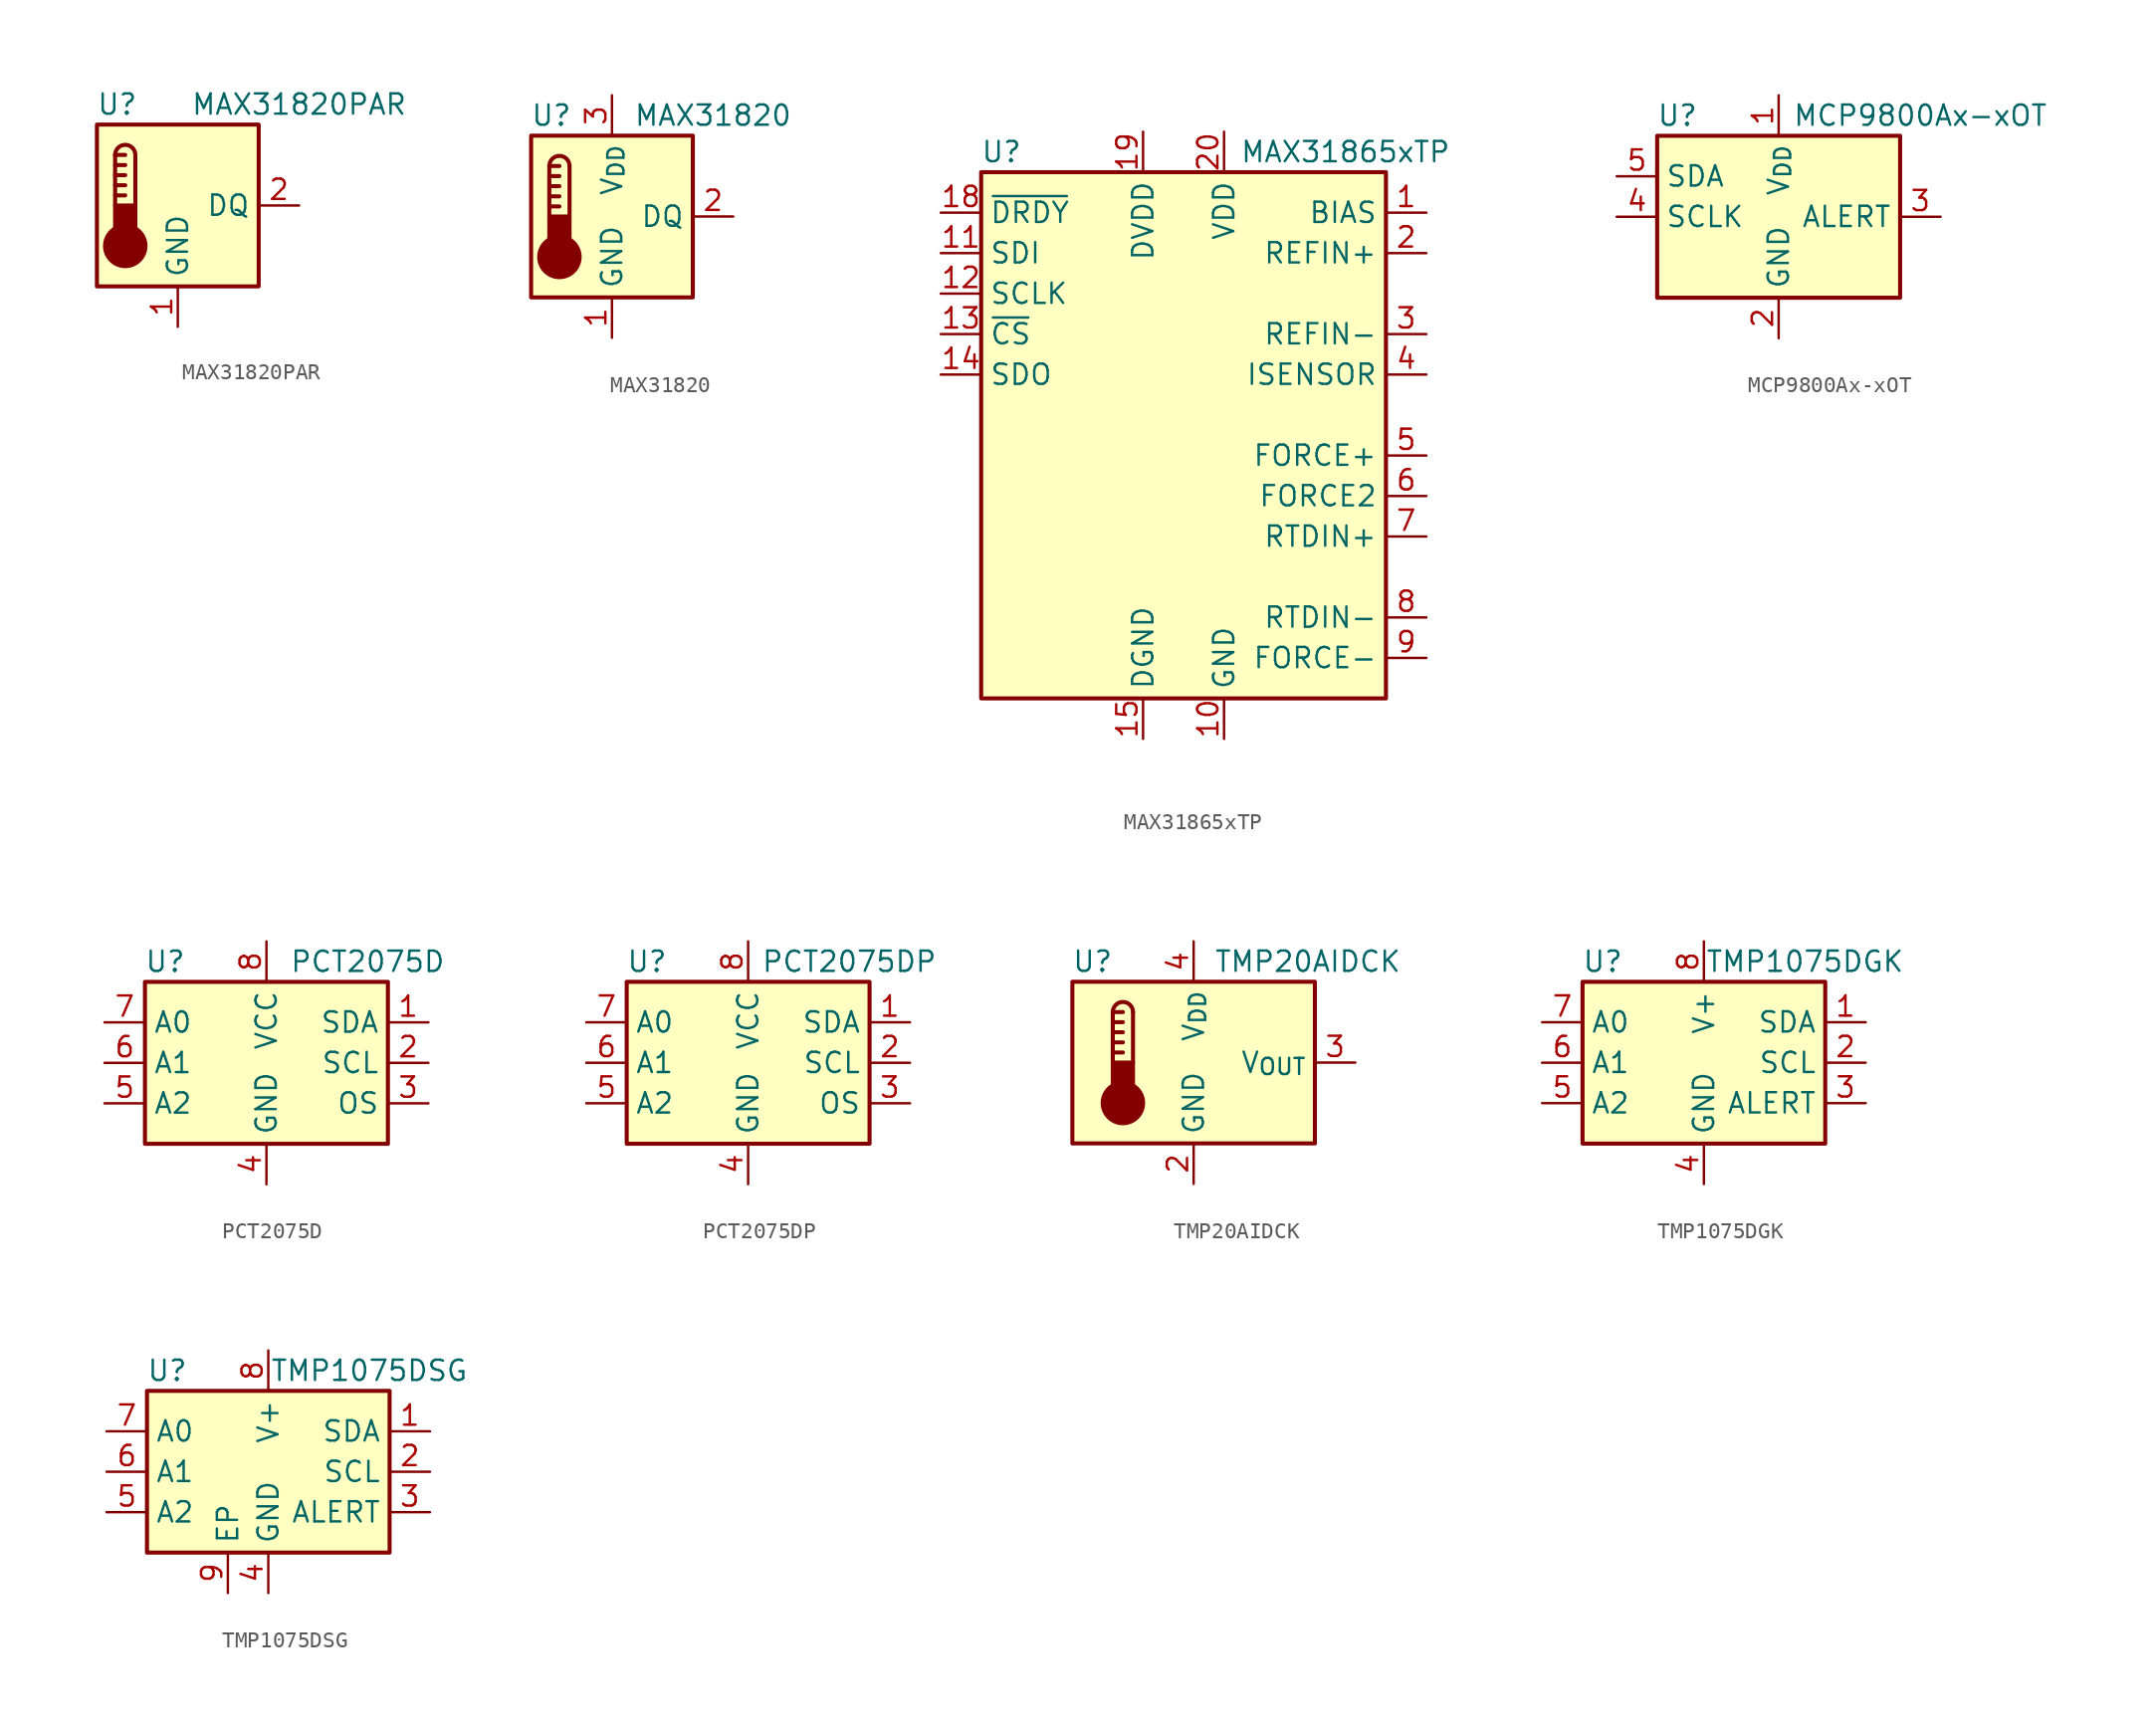
<source format=kicad_sym>
(kicad_symbol_lib
  (version 20220914)
  (generator kicad_symbol_editor)
  (symbol "MAX31820PAR"
    (property "Reference" "U"
      (at -3.81 6.35 0)
      (effects (font (size 1.27 1.27))))
    (property "Value" "MAX31820PAR"
      (at 7.62 6.35 0)
      (effects (font (size 1.27 1.27))))
    (symbol "MAX31820PAR_0_1"
      (rectangle (start -5.08 5.08) (end 5.08 -5.08) (stroke (width 0.254) (type default)) (fill (type background)))
      (circle (center -3.302 -2.54) (radius 1.27) (stroke (width 0.254) (type default)) (fill (type outline)))
      (rectangle (start -2.667 -1.905) (end -3.937 0) (stroke (width 0.254) (type default)) (fill (type outline)))
      (arc (start -2.667 3.175) (mid -3.302 3.8073) (end -3.937 3.175) (stroke (width 0.254) (type default)) (fill (type none)))
      (polyline (pts (xy -3.937 0.635) (xy -3.302 0.635)) (stroke (width 0.254) (type default)) (fill (type none)))
      (polyline (pts (xy -3.937 1.27) (xy -3.302 1.27)) (stroke (width 0.254) (type default)) (fill (type none)))
      (polyline (pts (xy -3.937 1.905) (xy -3.302 1.905)) (stroke (width 0.254) (type default)) (fill (type none)))
      (polyline (pts (xy -3.937 2.54) (xy -3.302 2.54)) (stroke (width 0.254) (type default)) (fill (type none)))
      (polyline (pts (xy -3.937 3.175) (xy -3.937 0)) (stroke (width 0.254) (type default)) (fill (type none)))
      (polyline (pts (xy -3.937 3.175) (xy -3.302 3.175)) (stroke (width 0.254) (type default)) (fill (type none)))
      (polyline (pts (xy -2.667 3.175) (xy -2.667 0)) (stroke (width 0.254) (type default)) (fill (type none))))
    (symbol "MAX31820PAR_1_1"
      (pin power_in line (at 0 -7.62 90) (length 2.54) (name "GND" (effects (font (size 1.27 1.27)))) (number "1" (effects (font (size 1.27 1.27)))))
      (pin bidirectional line (at 7.62 0 180) (length 2.54) (name "DQ" (effects (font (size 1.27 1.27)))) (number "2" (effects (font (size 1.27 1.27)))))
      (pin no_connect line (at 5.08 2.54 180) (length 2.54) hide (name "NC" (effects (font (size 1.27 1.27)))) (number "3" (effects (font (size 1.27 1.27)))))))
  (symbol "MAX31820"
    (property "Reference" "U"
      (at -3.81 6.35 0)
      (effects (font (size 1.27 1.27))))
    (property "Value" "MAX31820"
      (at 6.35 6.35 0)
      (effects (font (size 1.27 1.27))))
    (symbol "MAX31820_0_1"
      (rectangle (start -5.08 5.08) (end 5.08 -5.08) (stroke (width 0.254) (type default)) (fill (type background)))
      (circle (center -3.302 -2.54) (radius 1.27) (stroke (width 0.254) (type default)) (fill (type outline)))
      (rectangle (start -2.667 -1.905) (end -3.937 0) (stroke (width 0.254) (type default)) (fill (type outline)))
      (arc (start -2.667 3.175) (mid -3.302 3.8073) (end -3.937 3.175) (stroke (width 0.254) (type default)) (fill (type none)))
      (polyline (pts (xy -3.937 0.635) (xy -3.302 0.635)) (stroke (width 0.254) (type default)) (fill (type none)))
      (polyline (pts (xy -3.937 1.27) (xy -3.302 1.27)) (stroke (width 0.254) (type default)) (fill (type none)))
      (polyline (pts (xy -3.937 1.905) (xy -3.302 1.905)) (stroke (width 0.254) (type default)) (fill (type none)))
      (polyline (pts (xy -3.937 2.54) (xy -3.302 2.54)) (stroke (width 0.254) (type default)) (fill (type none)))
      (polyline (pts (xy -3.937 3.175) (xy -3.937 0)) (stroke (width 0.254) (type default)) (fill (type none)))
      (polyline (pts (xy -3.937 3.175) (xy -3.302 3.175)) (stroke (width 0.254) (type default)) (fill (type none)))
      (polyline (pts (xy -2.667 3.175) (xy -2.667 0)) (stroke (width 0.254) (type default)) (fill (type none))))
    (symbol "MAX31820_1_1"
      (pin power_in line (at 0 -7.62 90) (length 2.54) (name "GND" (effects (font (size 1.27 1.27)))) (number "1" (effects (font (size 1.27 1.27)))))
      (pin bidirectional line (at 7.62 0 180) (length 2.54) (name "DQ" (effects (font (size 1.27 1.27)))) (number "2" (effects (font (size 1.27 1.27)))))
      (pin power_in line (at 0 7.62 270) (length 2.54) (name "V_{DD}" (effects (font (size 1.27 1.27)))) (number "3" (effects (font (size 1.27 1.27)))))))
  (symbol "MAX31865xTP"
    (property "Reference" "U"
      (at -11.43 19.05 0)
      (effects (font (size 1.27 1.27))))
    (property "Value" "MAX31865xTP"
      (at 10.16 19.05 0)
      (effects (font (size 1.27 1.27))))
    (symbol "MAX31865xTP_0_1"
      (rectangle (start -12.7 17.78) (end 12.7 -15.24) (stroke (width 0.254) (type default)) (fill (type background))))
    (symbol "MAX31865xTP_1_1"
      (pin power_out line (at 15.24 15.24 180) (length 2.54) (name "BIAS" (effects (font (size 1.27 1.27)))) (number "1" (effects (font (size 1.27 1.27)))))
      (pin power_in line (at 2.54 -17.78 90) (length 2.54) (name "GND" (effects (font (size 1.27 1.27)))) (number "10" (effects (font (size 1.27 1.27)))))
      (pin input line (at -15.24 12.7 0) (length 2.54) (name "SDI" (effects (font (size 1.27 1.27)))) (number "11" (effects (font (size 1.27 1.27)))))
      (pin input line (at -15.24 10.16 0) (length 2.54) (name "SCLK" (effects (font (size 1.27 1.27)))) (number "12" (effects (font (size 1.27 1.27)))))
      (pin input line (at -15.24 7.62 0) (length 2.54) (name "~{CS}" (effects (font (size 1.27 1.27)))) (number "13" (effects (font (size 1.27 1.27)))))
      (pin tri_state line (at -15.24 5.08 0) (length 2.54) (name "SDO" (effects (font (size 1.27 1.27)))) (number "14" (effects (font (size 1.27 1.27)))))
      (pin power_in line (at -2.54 -17.78 90) (length 2.54) (name "DGND" (effects (font (size 1.27 1.27)))) (number "15" (effects (font (size 1.27 1.27)))))
      (pin passive line (at 2.54 -17.78 90) (length 2.54) hide (name "GND" (effects (font (size 1.27 1.27)))) (number "16" (effects (font (size 1.27 1.27)))))
      (pin no_connect line (at -12.7 -2.54 0) (length 2.54) hide (name "NC" (effects (font (size 1.27 1.27)))) (number "17" (effects (font (size 1.27 1.27)))))
      (pin output line (at -15.24 15.24 0) (length 2.54) (name "~{DRDY}" (effects (font (size 1.27 1.27)))) (number "18" (effects (font (size 1.27 1.27)))))
      (pin power_in line (at -2.54 20.32 270) (length 2.54) (name "DVDD" (effects (font (size 1.27 1.27)))) (number "19" (effects (font (size 1.27 1.27)))))
      (pin input line (at 15.24 12.7 180) (length 2.54) (name "REFIN+" (effects (font (size 1.27 1.27)))) (number "2" (effects (font (size 1.27 1.27)))))
      (pin power_in line (at 2.54 20.32 270) (length 2.54) (name "VDD" (effects (font (size 1.27 1.27)))) (number "20" (effects (font (size 1.27 1.27)))))
      (pin passive line (at 2.54 -17.78 90) (length 2.54) hide (name "GND" (effects (font (size 1.27 1.27)))) (number "21" (effects (font (size 1.27 1.27)))))
      (pin input line (at 15.24 7.62 180) (length 2.54) (name "REFIN-" (effects (font (size 1.27 1.27)))) (number "3" (effects (font (size 1.27 1.27)))))
      (pin passive line (at 15.24 5.08 180) (length 2.54) (name "ISENSOR" (effects (font (size 1.27 1.27)))) (number "4" (effects (font (size 1.27 1.27)))))
      (pin passive line (at 15.24 0 180) (length 2.54) (name "FORCE+" (effects (font (size 1.27 1.27)))) (number "5" (effects (font (size 1.27 1.27)))))
      (pin input line (at 15.24 -2.54 180) (length 2.54) (name "FORCE2" (effects (font (size 1.27 1.27)))) (number "6" (effects (font (size 1.27 1.27)))))
      (pin input line (at 15.24 -5.08 180) (length 2.54) (name "RTDIN+" (effects (font (size 1.27 1.27)))) (number "7" (effects (font (size 1.27 1.27)))))
      (pin input line (at 15.24 -10.16 180) (length 2.54) (name "RTDIN-" (effects (font (size 1.27 1.27)))) (number "8" (effects (font (size 1.27 1.27)))))
      (pin power_out line (at 15.24 -12.7 180) (length 2.54) (name "FORCE-" (effects (font (size 1.27 1.27)))) (number "9" (effects (font (size 1.27 1.27)))))))
  (symbol "MCP9800Ax-xOT"
    (property "Reference" "U"
      (at -6.35 6.35 0)
      (effects (font (size 1.27 1.27))))
    (property "Value" "MCP9800Ax-xOT"
      (at 8.89 6.35 0)
      (effects (font (size 1.27 1.27))))
    (symbol "MCP9800Ax-xOT_0_1"
      (rectangle (start -7.62 5.08) (end 7.62 -5.08) (stroke (width 0.254) (type default)) (fill (type background))))
    (symbol "MCP9800Ax-xOT_1_1"
      (pin power_in line (at 0 7.62 270) (length 2.54) (name "V_{DD}" (effects (font (size 1.27 1.27)))) (number "1" (effects (font (size 1.27 1.27)))))
      (pin power_in line (at 0 -7.62 90) (length 2.54) (name "GND" (effects (font (size 1.27 1.27)))) (number "2" (effects (font (size 1.27 1.27)))))
      (pin output line (at 10.16 0 180) (length 2.54) (name "ALERT" (effects (font (size 1.27 1.27)))) (number "3" (effects (font (size 1.27 1.27)))))
      (pin input line (at -10.16 0 0) (length 2.54) (name "SCLK" (effects (font (size 1.27 1.27)))) (number "4" (effects (font (size 1.27 1.27)))))
      (pin bidirectional line (at -10.16 2.54 0) (length 2.54) (name "SDA" (effects (font (size 1.27 1.27)))) (number "5" (effects (font (size 1.27 1.27)))))))
  (symbol "PCT2075D"
    (property "Reference" "U"
      (at -6.35 6.35 0)
      (effects (font (size 1.27 1.27))))
    (property "Value" "PCT2075D"
      (at 6.35 6.35 0)
      (effects (font (size 1.27 1.27))))
    (symbol "PCT2075D_0_1"
      (rectangle (start -7.62 5.08) (end 7.62 -5.08) (stroke (width 0.254) (type default)) (fill (type background))))
    (symbol "PCT2075D_1_1"
      (pin bidirectional line (at 10.16 2.54 180) (length 2.54) (name "SDA" (effects (font (size 1.27 1.27)))) (number "1" (effects (font (size 1.27 1.27)))))
      (pin input line (at 10.16 0 180) (length 2.54) (name "SCL" (effects (font (size 1.27 1.27)))) (number "2" (effects (font (size 1.27 1.27)))))
      (pin open_collector line (at 10.16 -2.54 180) (length 2.54) (name "OS" (effects (font (size 1.27 1.27)))) (number "3" (effects (font (size 1.27 1.27)))))
      (pin power_in line (at 0 -7.62 90) (length 2.54) (name "GND" (effects (font (size 1.27 1.27)))) (number "4" (effects (font (size 1.27 1.27)))))
      (pin input line (at -10.16 -2.54 0) (length 2.54) (name "A2" (effects (font (size 1.27 1.27)))) (number "5" (effects (font (size 1.27 1.27)))))
      (pin input line (at -10.16 0 0) (length 2.54) (name "A1" (effects (font (size 1.27 1.27)))) (number "6" (effects (font (size 1.27 1.27)))))
      (pin input line (at -10.16 2.54 0) (length 2.54) (name "A0" (effects (font (size 1.27 1.27)))) (number "7" (effects (font (size 1.27 1.27)))))
      (pin power_in line (at 0 7.62 270) (length 2.54) (name "VCC" (effects (font (size 1.27 1.27)))) (number "8" (effects (font (size 1.27 1.27)))))))
  (symbol "PCT2075DP"
    (property "Reference" "U"
      (at -6.35 6.35 0)
      (effects (font (size 1.27 1.27))))
    (property "Value" "PCT2075DP"
      (at 6.35 6.35 0)
      (effects (font (size 1.27 1.27))))
    (symbol "PCT2075DP_0_1"
      (rectangle (start -7.62 5.08) (end 7.62 -5.08) (stroke (width 0.254) (type default)) (fill (type background))))
    (symbol "PCT2075DP_1_1"
      (pin bidirectional line (at 10.16 2.54 180) (length 2.54) (name "SDA" (effects (font (size 1.27 1.27)))) (number "1" (effects (font (size 1.27 1.27)))))
      (pin input line (at 10.16 0 180) (length 2.54) (name "SCL" (effects (font (size 1.27 1.27)))) (number "2" (effects (font (size 1.27 1.27)))))
      (pin open_collector line (at 10.16 -2.54 180) (length 2.54) (name "OS" (effects (font (size 1.27 1.27)))) (number "3" (effects (font (size 1.27 1.27)))))
      (pin power_in line (at 0 -7.62 90) (length 2.54) (name "GND" (effects (font (size 1.27 1.27)))) (number "4" (effects (font (size 1.27 1.27)))))
      (pin input line (at -10.16 -2.54 0) (length 2.54) (name "A2" (effects (font (size 1.27 1.27)))) (number "5" (effects (font (size 1.27 1.27)))))
      (pin input line (at -10.16 0 0) (length 2.54) (name "A1" (effects (font (size 1.27 1.27)))) (number "6" (effects (font (size 1.27 1.27)))))
      (pin input line (at -10.16 2.54 0) (length 2.54) (name "A0" (effects (font (size 1.27 1.27)))) (number "7" (effects (font (size 1.27 1.27)))))
      (pin power_in line (at 0 7.62 270) (length 2.54) (name "VCC" (effects (font (size 1.27 1.27)))) (number "8" (effects (font (size 1.27 1.27)))))))
  (symbol "TMP20AIDCK"
    (property "Reference" "U"
      (at -6.35 6.35 0)
      (effects (font (size 1.27 1.27))))
    (property "Value" "TMP20AIDCK"
      (at 1.27 6.35 0)
      (effects (font (size 1.27 1.27)) (justify left)))
    (symbol "TMP20AIDCK_0_1"
      (rectangle (start -7.62 5.08) (end 7.62 -5.08) (stroke (width 0.254) (type default)) (fill (type background)))
      (circle (center -4.445 -2.54) (radius 1.27) (stroke (width 0.254) (type default)) (fill (type outline)))
      (rectangle (start -3.81 -1.905) (end -5.08 0) (stroke (width 0.254) (type default)) (fill (type outline)))
      (arc (start -3.81 3.175) (mid -4.445 3.8073) (end -5.08 3.175) (stroke (width 0.254) (type default)) (fill (type none)))
      (polyline (pts (xy -5.08 0.635) (xy -4.445 0.635)) (stroke (width 0.254) (type default)) (fill (type none)))
      (polyline (pts (xy -5.08 1.27) (xy -4.445 1.27)) (stroke (width 0.254) (type default)) (fill (type none)))
      (polyline (pts (xy -5.08 1.905) (xy -4.445 1.905)) (stroke (width 0.254) (type default)) (fill (type none)))
      (polyline (pts (xy -5.08 2.54) (xy -4.445 2.54)) (stroke (width 0.254) (type default)) (fill (type none)))
      (polyline (pts (xy -5.08 3.175) (xy -5.08 0)) (stroke (width 0.254) (type default)) (fill (type none)))
      (polyline (pts (xy -5.08 3.175) (xy -4.445 3.175)) (stroke (width 0.254) (type default)) (fill (type none)))
      (polyline (pts (xy -3.81 3.175) (xy -3.81 0)) (stroke (width 0.254) (type default)) (fill (type none))))
    (symbol "TMP20AIDCK_1_1"
      (pin no_connect line (at 10.16 -2.54 180) (length 2.54) hide (name "NC" (effects (font (size 1.27 1.27)))) (number "1" (effects (font (size 1.27 1.27)))))
      (pin power_in line (at 0 -7.62 90) (length 2.54) (name "GND" (effects (font (size 1.27 1.27)))) (number "2" (effects (font (size 1.27 1.27)))))
      (pin output line (at 10.16 0 180) (length 2.54) (name "V_{OUT}" (effects (font (size 1.27 1.27)))) (number "3" (effects (font (size 1.27 1.27)))))
      (pin power_in line (at 0 7.62 270) (length 2.54) (name "V_{DD}" (effects (font (size 1.27 1.27)))) (number "4" (effects (font (size 1.27 1.27)))))
      (pin passive line (at 0 -7.62 90) (length 2.54) hide (name "GND" (effects (font (size 1.27 1.27)))) (number "5" (effects (font (size 1.27 1.27)))))))
  (symbol "TMP1075DGK"
    (property "Reference" "U"
      (at -6.35 6.35 0)
      (effects (font (size 1.27 1.27))))
    (property "Value" "TMP1075DGK"
      (at 6.35 6.35 0)
      (effects (font (size 1.27 1.27))))
    (symbol "TMP1075DGK_0_1"
      (rectangle (start -7.62 5.08) (end 7.62 -5.08) (stroke (width 0.254) (type default)) (fill (type background))))
    (symbol "TMP1075DGK_1_1"
      (pin bidirectional line (at 10.16 2.54 180) (length 2.54) (name "SDA" (effects (font (size 1.27 1.27)))) (number "1" (effects (font (size 1.27 1.27)))))
      (pin input line (at 10.16 0 180) (length 2.54) (name "SCL" (effects (font (size 1.27 1.27)))) (number "2" (effects (font (size 1.27 1.27)))))
      (pin open_collector line (at 10.16 -2.54 180) (length 2.54) (name "ALERT" (effects (font (size 1.27 1.27)))) (number "3" (effects (font (size 1.27 1.27)))))
      (pin power_in line (at 0 -7.62 90) (length 2.54) (name "GND" (effects (font (size 1.27 1.27)))) (number "4" (effects (font (size 1.27 1.27)))))
      (pin input line (at -10.16 -2.54 0) (length 2.54) (name "A2" (effects (font (size 1.27 1.27)))) (number "5" (effects (font (size 1.27 1.27)))))
      (pin input line (at -10.16 0 0) (length 2.54) (name "A1" (effects (font (size 1.27 1.27)))) (number "6" (effects (font (size 1.27 1.27)))))
      (pin input line (at -10.16 2.54 0) (length 2.54) (name "A0" (effects (font (size 1.27 1.27)))) (number "7" (effects (font (size 1.27 1.27)))))
      (pin power_in line (at 0 7.62 270) (length 2.54) (name "V+" (effects (font (size 1.27 1.27)))) (number "8" (effects (font (size 1.27 1.27)))))))
  (symbol "TMP1075DSG"
    (property "Reference" "U"
      (at -6.35 6.35 0)
      (effects (font (size 1.27 1.27))))
    (property "Value" "TMP1075DSG"
      (at 6.35 6.35 0)
      (effects (font (size 1.27 1.27))))
    (symbol "TMP1075DSG_0_1"
      (rectangle (start -7.62 5.08) (end 7.62 -5.08) (stroke (width 0.254) (type default)) (fill (type background))))
    (symbol "TMP1075DSG_1_1"
      (pin bidirectional line (at 10.16 2.54 180) (length 2.54) (name "SDA" (effects (font (size 1.27 1.27)))) (number "1" (effects (font (size 1.27 1.27)))))
      (pin input line (at 10.16 0 180) (length 2.54) (name "SCL" (effects (font (size 1.27 1.27)))) (number "2" (effects (font (size 1.27 1.27)))))
      (pin open_collector line (at 10.16 -2.54 180) (length 2.54) (name "ALERT" (effects (font (size 1.27 1.27)))) (number "3" (effects (font (size 1.27 1.27)))))
      (pin power_in line (at 0 -7.62 90) (length 2.54) (name "GND" (effects (font (size 1.27 1.27)))) (number "4" (effects (font (size 1.27 1.27)))))
      (pin input line (at -10.16 -2.54 0) (length 2.54) (name "A2" (effects (font (size 1.27 1.27)))) (number "5" (effects (font (size 1.27 1.27)))))
      (pin input line (at -10.16 0 0) (length 2.54) (name "A1" (effects (font (size 1.27 1.27)))) (number "6" (effects (font (size 1.27 1.27)))))
      (pin input line (at -10.16 2.54 0) (length 2.54) (name "A0" (effects (font (size 1.27 1.27)))) (number "7" (effects (font (size 1.27 1.27)))))
      (pin power_in line (at 0 7.62 270) (length 2.54) (name "V+" (effects (font (size 1.27 1.27)))) (number "8" (effects (font (size 1.27 1.27)))))
      (pin passive line (at -2.54 -7.62 90) (length 2.54) (name "EP" (effects (font (size 1.27 1.27)))) (number "9" (effects (font (size 1.27 1.27))))))))
</source>
